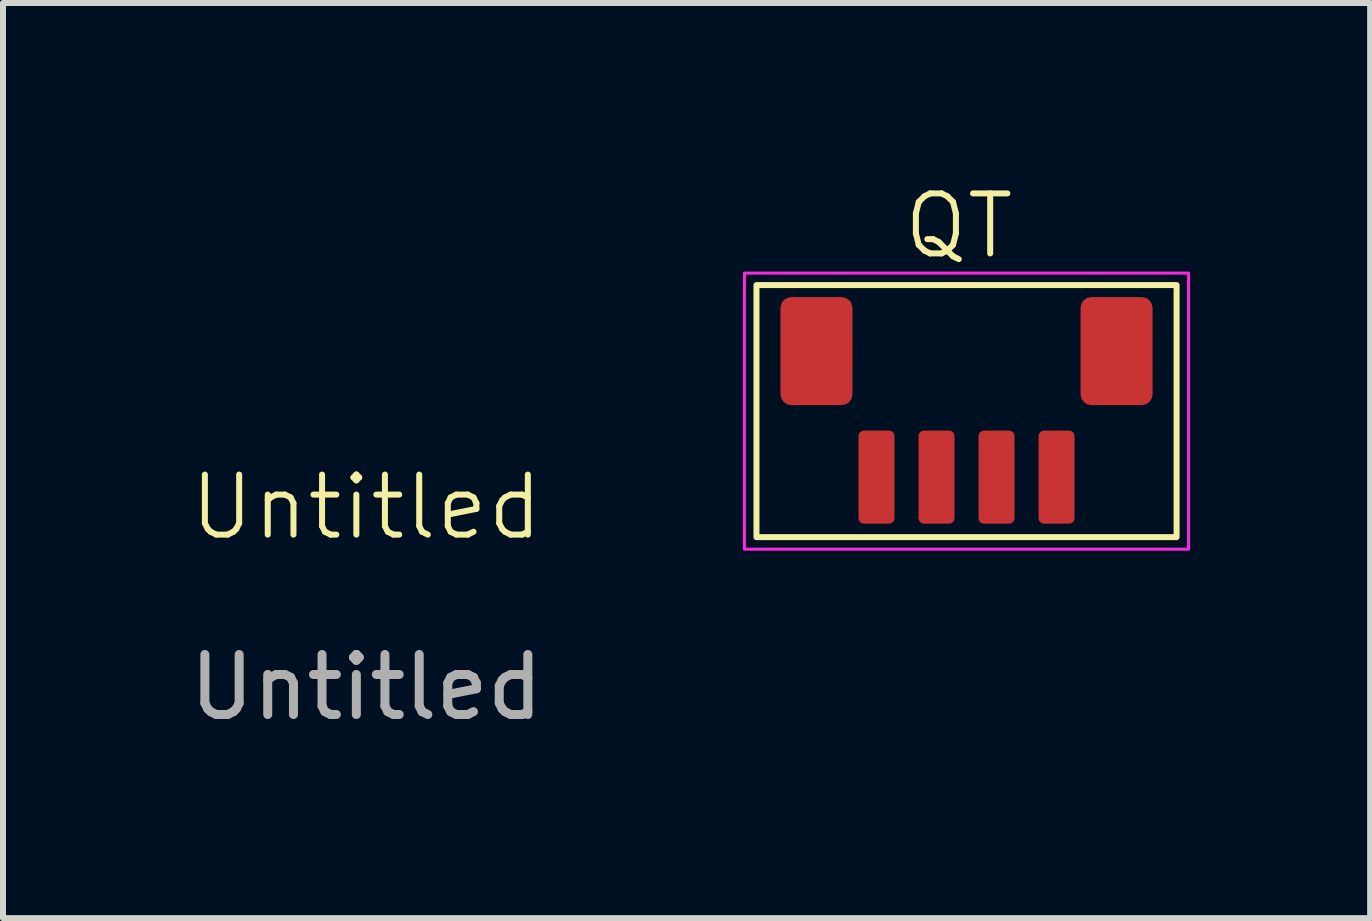
<source format=kicad_pcb>
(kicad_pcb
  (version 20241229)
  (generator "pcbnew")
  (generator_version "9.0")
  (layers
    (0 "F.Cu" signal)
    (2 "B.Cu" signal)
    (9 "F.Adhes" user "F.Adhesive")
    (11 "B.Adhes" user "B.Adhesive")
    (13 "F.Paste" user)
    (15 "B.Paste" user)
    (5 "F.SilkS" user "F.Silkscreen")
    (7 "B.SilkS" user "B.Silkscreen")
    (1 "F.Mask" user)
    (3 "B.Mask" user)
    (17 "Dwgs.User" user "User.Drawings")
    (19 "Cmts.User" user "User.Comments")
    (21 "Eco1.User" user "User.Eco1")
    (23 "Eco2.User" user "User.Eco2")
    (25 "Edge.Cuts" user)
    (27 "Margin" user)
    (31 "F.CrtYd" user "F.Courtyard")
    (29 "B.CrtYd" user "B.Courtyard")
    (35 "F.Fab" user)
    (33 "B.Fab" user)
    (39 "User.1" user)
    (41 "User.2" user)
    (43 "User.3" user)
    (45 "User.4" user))
  (footprint "Untitled"
    (layer "F.Cu")
    (at 11.554 4.9)
    (property "Reference" "Untitled" (at -8.5 0.5 0) (unlocked yes) (layer "F.SilkS") (effects (font (size 1 1) (thickness 0.1))))
    (attr smd)
    (fp_rect (start -2 -3.2) (end 5 1) (stroke (width 0.1) (type default)) (fill no) (layer "F.SilkS"))
    (fp_rect (start -2.2 -3.4) (end 5.2 1.2) (stroke (width 0.05) (type default)) (fill no) (layer "F.CrtYd"))
    (fp_text user "QT" (at 0.4 -3.6 0) (unlocked yes) (layer "F.SilkS") (effects (font (size 1 1) (thickness 0.1)) (justify left bottom)))
    (fp_text user "${REFERENCE}" (at -8.5 3.5 0) (unlocked yes) (layer "F.Fab") (effects (font (size 1 1) (thickness 0.15))))
    (pad "" smd roundrect (at -1 -2.1) (size 1.2 1.8) (layers "F.Cu" "F.Mask" "F.Paste") (roundrect_rratio 0.15))
    (pad "" smd roundrect (at 4 -2.1) (size 1.2 1.8) (layers "F.Cu" "F.Mask" "F.Paste") (roundrect_rratio 0.15))
    (pad "1" smd roundrect (at 0 0) (size 0.6 1.55) (layers "F.Cu" "F.Mask" "F.Paste") (roundrect_rratio 0.15))
    (pad "2" smd roundrect (at 1 0) (size 0.6 1.55) (layers "F.Cu" "F.Mask" "F.Paste") (roundrect_rratio 0.15))
    (pad "3" smd roundrect (at 2 0) (size 0.6 1.55) (layers "F.Cu" "F.Mask" "F.Paste") (roundrect_rratio 0.15))
    (pad "4" smd roundrect (at 3 0) (size 0.6 1.55) (layers "F.Cu" "F.Mask" "F.Paste") (roundrect_rratio 0.15)))
  (gr_rect
    (start -3 -3)
    (end 19.779 12.248)
    (stroke (width 0.1) (type default))
    (fill no)
    (layer "Edge.Cuts")))
</source>
